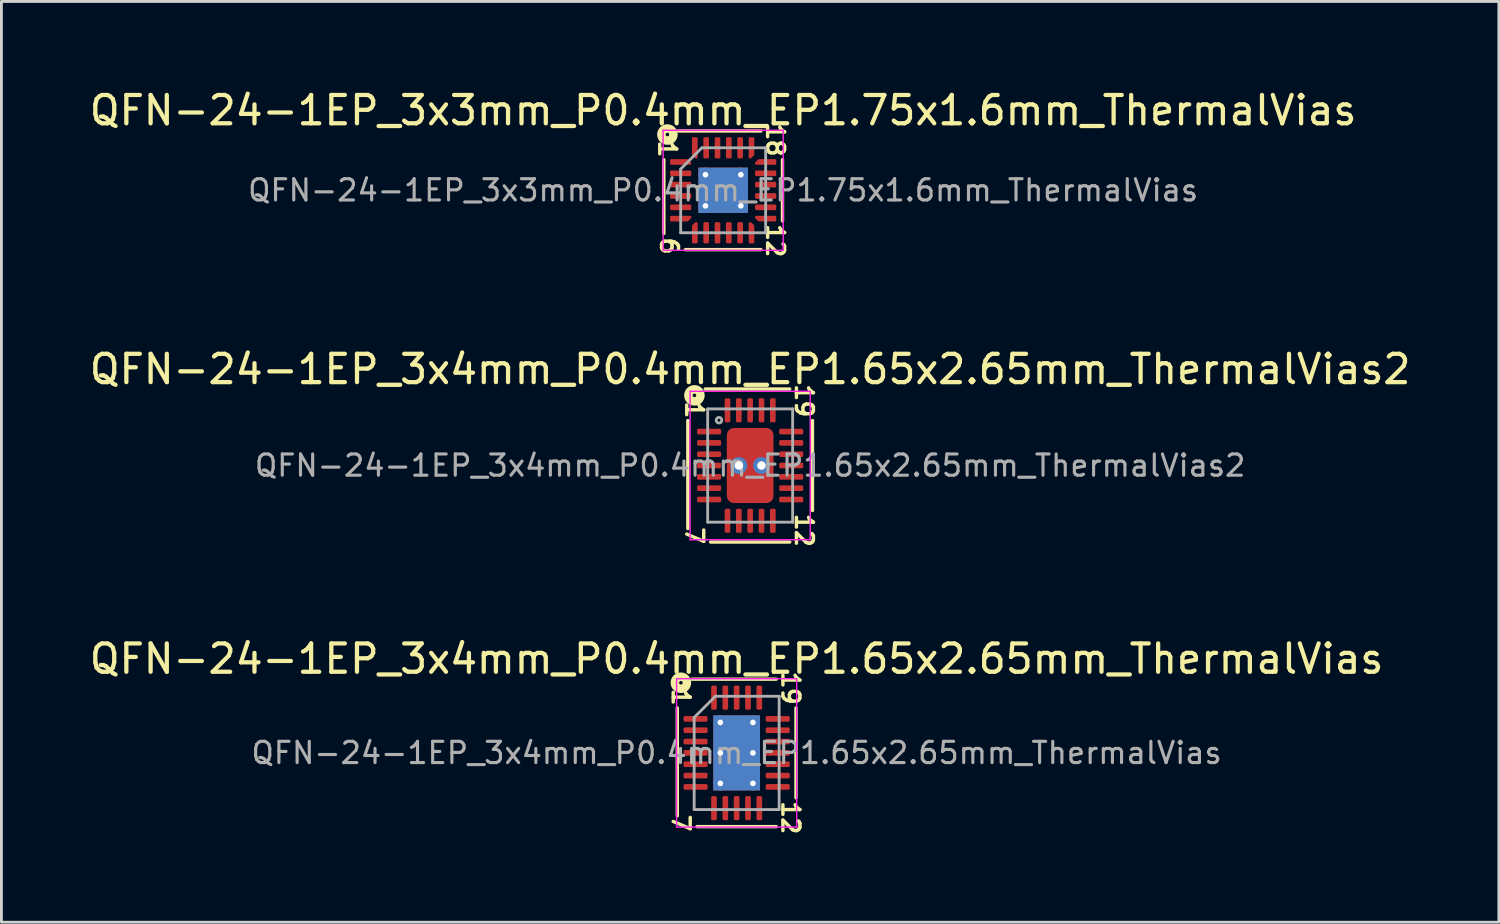
<source format=kicad_pcb>
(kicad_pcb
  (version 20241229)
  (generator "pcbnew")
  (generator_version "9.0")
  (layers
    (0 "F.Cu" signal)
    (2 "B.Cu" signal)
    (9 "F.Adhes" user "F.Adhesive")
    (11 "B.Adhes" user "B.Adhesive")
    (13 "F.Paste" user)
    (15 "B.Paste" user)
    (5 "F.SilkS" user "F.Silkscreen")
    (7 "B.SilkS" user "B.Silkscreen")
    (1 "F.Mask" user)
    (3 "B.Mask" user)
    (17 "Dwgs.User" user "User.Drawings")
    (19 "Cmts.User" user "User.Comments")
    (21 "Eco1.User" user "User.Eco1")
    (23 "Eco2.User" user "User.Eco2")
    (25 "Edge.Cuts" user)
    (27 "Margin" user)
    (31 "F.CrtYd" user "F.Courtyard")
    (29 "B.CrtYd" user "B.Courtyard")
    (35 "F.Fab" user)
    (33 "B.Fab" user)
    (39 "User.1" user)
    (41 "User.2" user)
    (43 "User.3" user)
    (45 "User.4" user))
  (footprint "QFN-24-1EP_3x4mm_P0.4mm_EP1.65x2.65mm_ThermalVias"
    (layer "F.Cu")
    (at 22.958 23.532)
    (property "Reference" "QFN-24-1EP_3x4mm_P0.4mm_EP1.65x2.65mm_ThermalVias" (at 0 -3.32 0) (layer "F.SilkS") (effects (font (size 1 1) (thickness 0.15))))
    (attr smd)
    (fp_line (start -2.095 -1.587) (end -2.095 2.223) (stroke (width 0.12) (type solid)) (layer "F.SilkS"))
    (fp_line (start -1.397 2.603) (end 1.397 2.603) (stroke (width 0.12) (type solid)) (layer "F.SilkS"))
    (fp_line (start 1.397 -2.603) (end -1.587 -2.603) (stroke (width 0.12) (type solid)) (layer "F.SilkS"))
    (fp_line (start 2.095 1.587) (end 2.095 -1.587) (stroke (width 0.12) (type solid)) (layer "F.SilkS"))
    (fp_circle (center -1.968 -2.477) (end -1.905 -2.477) (stroke (width 0.3) (type solid)) (fill no) (layer "F.SilkS"))
    (fp_line (start -2.12 -2.62) (end -2.12 2.62) (stroke (width 0.05) (type solid)) (layer "F.CrtYd"))
    (fp_line (start -2.12 2.62) (end 2.12 2.62) (stroke (width 0.05) (type solid)) (layer "F.CrtYd"))
    (fp_line (start 2.12 -2.62) (end -2.12 -2.62) (stroke (width 0.05) (type solid)) (layer "F.CrtYd"))
    (fp_line (start 2.12 2.62) (end 2.12 -2.62) (stroke (width 0.05) (type solid)) (layer "F.CrtYd"))
    (fp_line (start -1.5 -1.25) (end -0.75 -2) (stroke (width 0.1) (type solid)) (layer "F.Fab"))
    (fp_line (start -1.5 2) (end -1.5 -1.25) (stroke (width 0.1) (type solid)) (layer "F.Fab"))
    (fp_line (start -0.75 -2) (end 1.5 -2) (stroke (width 0.1) (type solid)) (layer "F.Fab"))
    (fp_line (start 1.5 -2) (end 1.5 2) (stroke (width 0.1) (type solid)) (layer "F.Fab"))
    (fp_line (start 1.5 2) (end -1.5 2) (stroke (width 0.1) (type solid)) (layer "F.Fab"))
    (fp_text user "1" (at -1.968 -1.968 270) (unlocked yes) (layer "F.SilkS") (effects (font (size 0.6 0.6) (thickness 0.12))))
    (fp_text user "12" (at 1.905 2.286 270) (unlocked yes) (layer "F.SilkS") (effects (font (size 0.6 0.6) (thickness 0.12))))
    (fp_text user "7" (at -1.968 2.477 270) (unlocked yes) (layer "F.SilkS") (effects (font (size 0.6 0.6) (thickness 0.12))))
    (fp_text user "19" (at 1.905 -2.286 270) (unlocked yes) (layer "F.SilkS") (effects (font (size 0.6 0.6) (thickness 0.12))))
    (fp_text user "${REFERENCE}" (at 0 0 0) (layer "F.Fab") (effects (font (size 0.75 0.75) (thickness 0.11))))
    (pad "" smd roundrect (at -0.41 -0.88) (size 0.71 0.76) (layers "F.Paste") (roundrect_rratio 0.25))
    (pad "" smd roundrect (at -0.41 0) (size 0.71 0.76) (layers "F.Paste") (roundrect_rratio 0.25))
    (pad "" smd roundrect (at -0.41 0.88) (size 0.71 0.76) (layers "F.Paste") (roundrect_rratio 0.25))
    (pad "" smd roundrect (at 0.41 -0.88) (size 0.71 0.76) (layers "F.Paste") (roundrect_rratio 0.25))
    (pad "" smd roundrect (at 0.41 0) (size 0.71 0.76) (layers "F.Paste") (roundrect_rratio 0.25))
    (pad "" smd roundrect (at 0.41 0.88) (size 0.71 0.76) (layers "F.Paste") (roundrect_rratio 0.25))
    (pad "1" smd roundrect (at -1.45 -1.2) (size 0.85 0.2) (layers "F.Cu" "F.Mask" "F.Paste") (roundrect_rratio 0.25))
    (pad "2" smd roundrect (at -1.45 -0.8) (size 0.85 0.2) (layers "F.Cu" "F.Mask" "F.Paste") (roundrect_rratio 0.25))
    (pad "3" smd roundrect (at -1.45 -0.4) (size 0.85 0.2) (layers "F.Cu" "F.Mask" "F.Paste") (roundrect_rratio 0.25))
    (pad "4" smd roundrect (at -1.45 0) (size 0.85 0.2) (layers "F.Cu" "F.Mask" "F.Paste") (roundrect_rratio 0.25))
    (pad "5" smd roundrect (at -1.45 0.4) (size 0.85 0.2) (layers "F.Cu" "F.Mask" "F.Paste") (roundrect_rratio 0.25))
    (pad "6" smd roundrect (at -1.45 0.8) (size 0.85 0.2) (layers "F.Cu" "F.Mask" "F.Paste") (roundrect_rratio 0.25))
    (pad "7" smd roundrect (at -1.45 1.2) (size 0.85 0.2) (layers "F.Cu" "F.Mask" "F.Paste") (roundrect_rratio 0.25))
    (pad "8" smd roundrect (at -0.8 1.95) (size 0.2 0.85) (layers "F.Cu" "F.Mask" "F.Paste") (roundrect_rratio 0.25))
    (pad "9" smd roundrect (at -0.4 1.95) (size 0.2 0.85) (layers "F.Cu" "F.Mask" "F.Paste") (roundrect_rratio 0.25))
    (pad "10" smd roundrect (at 0 1.95) (size 0.2 0.85) (layers "F.Cu" "F.Mask" "F.Paste") (roundrect_rratio 0.25))
    (pad "11" smd roundrect (at 0.4 1.95) (size 0.2 0.85) (layers "F.Cu" "F.Mask" "F.Paste") (roundrect_rratio 0.25))
    (pad "12" smd roundrect (at 0.8 1.95) (size 0.2 0.85) (layers "F.Cu" "F.Mask" "F.Paste") (roundrect_rratio 0.25))
    (pad "13" smd roundrect (at 1.45 1.2) (size 0.85 0.2) (layers "F.Cu" "F.Mask" "F.Paste") (roundrect_rratio 0.25))
    (pad "14" smd roundrect (at 1.45 0.8) (size 0.85 0.2) (layers "F.Cu" "F.Mask" "F.Paste") (roundrect_rratio 0.25))
    (pad "15" smd roundrect (at 1.45 0.4) (size 0.85 0.2) (layers "F.Cu" "F.Mask" "F.Paste") (roundrect_rratio 0.25))
    (pad "16" smd roundrect (at 1.45 0) (size 0.85 0.2) (layers "F.Cu" "F.Mask" "F.Paste") (roundrect_rratio 0.25))
    (pad "17" smd roundrect (at 1.45 -0.4) (size 0.85 0.2) (layers "F.Cu" "F.Mask" "F.Paste") (roundrect_rratio 0.25))
    (pad "18" smd roundrect (at 1.45 -0.8) (size 0.85 0.2) (layers "F.Cu" "F.Mask" "F.Paste") (roundrect_rratio 0.25))
    (pad "19" smd roundrect (at 1.45 -1.2) (size 0.85 0.2) (layers "F.Cu" "F.Mask" "F.Paste") (roundrect_rratio 0.25))
    (pad "20" smd roundrect (at 0.8 -1.95) (size 0.2 0.85) (layers "F.Cu" "F.Mask" "F.Paste") (roundrect_rratio 0.25))
    (pad "21" smd roundrect (at 0.4 -1.95) (size 0.2 0.85) (layers "F.Cu" "F.Mask" "F.Paste") (roundrect_rratio 0.25))
    (pad "22" smd roundrect (at 0 -1.95) (size 0.2 0.85) (layers "F.Cu" "F.Mask" "F.Paste") (roundrect_rratio 0.25))
    (pad "23" smd roundrect (at -0.4 -1.95) (size 0.2 0.85) (layers "F.Cu" "F.Mask" "F.Paste") (roundrect_rratio 0.25))
    (pad "24" smd roundrect (at -0.8 -1.95) (size 0.2 0.85) (layers "F.Cu" "F.Mask" "F.Paste") (roundrect_rratio 0.25))
    (pad "25" thru_hole circle (at -0.575 -1.075) (size 0.5 0.5) (drill 0.2) (layers "*.Cu"))
    (pad "25" thru_hole circle (at -0.575 0) (size 0.5 0.5) (drill 0.2) (layers "*.Cu"))
    (pad "25" thru_hole circle (at -0.575 1.075) (size 0.5 0.5) (drill 0.2) (layers "*.Cu"))
    (pad "25" smd rect (at 0 0) (size 1.65 2.65) (layers "F.Cu" "F.Mask"))
    (pad "25" smd rect (at 0 0) (size 1.65 2.65) (layers "B.Cu" "B.Mask"))
    (pad "25" thru_hole circle (at 0.575 -1.075) (size 0.5 0.5) (drill 0.2) (layers "*.Cu"))
    (pad "25" thru_hole circle (at 0.575 0) (size 0.5 0.5) (drill 0.2) (layers "*.Cu"))
    (pad "25" thru_hole circle (at 0.575 1.075) (size 0.5 0.5) (drill 0.2) (layers "*.Cu")))
  (footprint "QFN-24-1EP_3x4mm_P0.4mm_EP1.65x2.65mm_ThermalVias2"
    (layer "F.Cu")
    (at 23.435 13.386)
    (property "Reference" "QFN-24-1EP_3x4mm_P0.4mm_EP1.65x2.65mm_ThermalVias2" (at 0 -3.4 0) (layer "F.SilkS") (effects (font (size 1 1) (thickness 0.15))))
    (attr smd)
    (fp_line (start -2.2 -1.587) (end -2.2 2.223) (stroke (width 0.12) (type solid)) (layer "F.SilkS"))
    (fp_line (start -1.397 2.7) (end 1.397 2.7) (stroke (width 0.12) (type solid)) (layer "F.SilkS"))
    (fp_line (start 1.397 -2.7) (end -1.587 -2.7) (stroke (width 0.12) (type solid)) (layer "F.SilkS"))
    (fp_line (start 2.2 1.587) (end 2.2 -1.587) (stroke (width 0.12) (type solid)) (layer "F.SilkS"))
    (fp_circle (center -1.968 -2.477) (end -1.905 -2.477) (stroke (width 0.3) (type solid)) (fill no) (layer "F.SilkS"))
    (fp_line (start -2.12 -2.62) (end -2.12 2.62) (stroke (width 0.05) (type solid)) (layer "F.CrtYd"))
    (fp_line (start -2.12 2.62) (end 2.12 2.62) (stroke (width 0.05) (type solid)) (layer "F.CrtYd"))
    (fp_line (start 2.12 -2.62) (end -2.12 -2.62) (stroke (width 0.05) (type solid)) (layer "F.CrtYd"))
    (fp_line (start 2.12 2.62) (end 2.12 -2.62) (stroke (width 0.05) (type solid)) (layer "F.CrtYd"))
    (fp_line (start -1.5 -2) (end 1.5 -2) (stroke (width 0.1) (type solid)) (layer "F.Fab"))
    (fp_line (start -1.5 2) (end -1.5 -2) (stroke (width 0.1) (type solid)) (layer "F.Fab"))
    (fp_line (start 1.5 -2) (end 1.5 2) (stroke (width 0.1) (type solid)) (layer "F.Fab"))
    (fp_line (start 1.5 2) (end -1.5 2) (stroke (width 0.1) (type solid)) (layer "F.Fab"))
    (fp_circle (center -1.1 -1.6) (end -1 -1.6) (stroke (width 0.1) (type solid)) (fill no) (layer "F.Fab"))
    (fp_text user "12" (at 1.905 2.286 270) (unlocked yes) (layer "F.SilkS") (effects (font (size 0.6 0.6) (thickness 0.12))))
    (fp_text user "7" (at -1.968 2.477 270) (unlocked yes) (layer "F.SilkS") (effects (font (size 0.6 0.6) (thickness 0.12))))
    (fp_text user "19" (at 1.905 -2.286 270) (unlocked yes) (layer "F.SilkS") (effects (font (size 0.6 0.6) (thickness 0.12))))
    (fp_text user "1" (at -1.968 -1.968 270) (unlocked yes) (layer "F.SilkS") (effects (font (size 0.6 0.6) (thickness 0.12))))
    (fp_text user "${REFERENCE}" (at 0 0 0) (layer "F.Fab") (effects (font (size 0.75 0.75) (thickness 0.11))))
    (pad "" smd roundrect (at -0.362 -0.762) (size 0.525 0.775) (layers "F.Paste") (roundrect_rratio 0.25))
    (pad "" smd roundrect (at -0.362 0.762) (size 0.525 0.775) (layers "F.Paste") (roundrect_rratio 0.25))
    (pad "" smd roundrect (at 0 -0.762) (size 1.45 0.925) (layers "F.Mask") (roundrect_rratio 0.25))
    (pad "" smd roundrect (at 0 0.762) (size 1.45 0.925) (layers "F.Mask") (roundrect_rratio 0.25))
    (pad "" smd roundrect (at 0.362 -0.762) (size 0.525 0.775) (layers "F.Paste") (roundrect_rratio 0.25))
    (pad "" smd roundrect (at 0.362 0.762) (size 0.525 0.775) (layers "F.Paste") (roundrect_rratio 0.25))
    (pad "1" smd roundrect (at -1.45 -1.2) (size 0.85 0.2) (layers "F.Cu" "F.Mask" "F.Paste") (roundrect_rratio 0.25))
    (pad "2" smd roundrect (at -1.45 -0.8) (size 0.85 0.2) (layers "F.Cu" "F.Mask" "F.Paste") (roundrect_rratio 0.25))
    (pad "3" smd roundrect (at -1.45 -0.4) (size 0.85 0.2) (layers "F.Cu" "F.Mask" "F.Paste") (roundrect_rratio 0.25))
    (pad "4" smd roundrect (at -1.45 0) (size 0.85 0.2) (layers "F.Cu" "F.Mask" "F.Paste") (roundrect_rratio 0.25))
    (pad "5" smd roundrect (at -1.45 0.4) (size 0.85 0.2) (layers "F.Cu" "F.Mask" "F.Paste") (roundrect_rratio 0.25))
    (pad "6" smd roundrect (at -1.45 0.8) (size 0.85 0.2) (layers "F.Cu" "F.Mask" "F.Paste") (roundrect_rratio 0.25))
    (pad "7" smd roundrect (at -1.45 1.2) (size 0.85 0.2) (layers "F.Cu" "F.Mask" "F.Paste") (roundrect_rratio 0.25))
    (pad "8" smd roundrect (at -0.8 1.95) (size 0.2 0.85) (layers "F.Cu" "F.Mask" "F.Paste") (roundrect_rratio 0.25))
    (pad "9" smd roundrect (at -0.4 1.95) (size 0.2 0.85) (layers "F.Cu" "F.Mask" "F.Paste") (roundrect_rratio 0.25))
    (pad "10" smd roundrect (at 0 1.95) (size 0.2 0.85) (layers "F.Cu" "F.Mask" "F.Paste") (roundrect_rratio 0.25))
    (pad "11" smd roundrect (at 0.4 1.95) (size 0.2 0.85) (layers "F.Cu" "F.Mask" "F.Paste") (roundrect_rratio 0.25))
    (pad "12" smd roundrect (at 0.8 1.95) (size 0.2 0.85) (layers "F.Cu" "F.Mask" "F.Paste") (roundrect_rratio 0.25))
    (pad "13" smd roundrect (at 1.45 1.2) (size 0.85 0.2) (layers "F.Cu" "F.Mask" "F.Paste") (roundrect_rratio 0.25))
    (pad "14" smd roundrect (at 1.45 0.8) (size 0.85 0.2) (layers "F.Cu" "F.Mask" "F.Paste") (roundrect_rratio 0.25))
    (pad "15" smd roundrect (at 1.45 0.4) (size 0.85 0.2) (layers "F.Cu" "F.Mask" "F.Paste") (roundrect_rratio 0.25))
    (pad "16" smd roundrect (at 1.45 0) (size 0.85 0.2) (layers "F.Cu" "F.Mask" "F.Paste") (roundrect_rratio 0.25))
    (pad "17" smd roundrect (at 1.45 -0.4) (size 0.85 0.2) (layers "F.Cu" "F.Mask" "F.Paste") (roundrect_rratio 0.25))
    (pad "18" smd roundrect (at 1.45 -0.8) (size 0.85 0.2) (layers "F.Cu" "F.Mask" "F.Paste") (roundrect_rratio 0.25))
    (pad "19" smd roundrect (at 1.45 -1.2) (size 0.85 0.2) (layers "F.Cu" "F.Mask" "F.Paste") (roundrect_rratio 0.25))
    (pad "20" smd roundrect (at 0.8 -1.95) (size 0.2 0.85) (layers "F.Cu" "F.Mask" "F.Paste") (roundrect_rratio 0.25))
    (pad "21" smd roundrect (at 0.4 -1.95) (size 0.2 0.85) (layers "F.Cu" "F.Mask" "F.Paste") (roundrect_rratio 0.25))
    (pad "22" smd roundrect (at 0 -1.95) (size 0.2 0.85) (layers "F.Cu" "F.Mask" "F.Paste") (roundrect_rratio 0.25))
    (pad "23" smd roundrect (at -0.4 -1.95) (size 0.2 0.85) (layers "F.Cu" "F.Mask" "F.Paste") (roundrect_rratio 0.25))
    (pad "24" smd roundrect (at -0.8 -1.95) (size 0.2 0.85) (layers "F.Cu" "F.Mask" "F.Paste") (roundrect_rratio 0.25))
    (pad "25" thru_hole circle (at -0.4 0) (size 0.6 0.6) (drill 0.3) (property pad_prop_heatsink) (layers "*.Cu" "*.Mask"))
    (pad "25" smd roundrect (at 0 0) (size 1.65 2.65) (layers "F.Cu") (roundrect_rratio 0.152))
    (pad "25" thru_hole circle (at 0.4 0) (size 0.6 0.6) (drill 0.3) (property pad_prop_heatsink) (layers "*.Cu" "*.Mask")))
  (footprint "QFN-24-1EP_3x3mm_P0.4mm_EP1.75x1.6mm_ThermalVias"
    (layer "F.Cu")
    (at 22.482 3.668)
    (property "Reference" "QFN-24-1EP_3x3mm_P0.4mm_EP1.75x1.6mm_ThermalVias" (at 0 -2.82 0) (layer "F.SilkS") (effects (font (size 1 1) (thickness 0.15))))
    (attr smd)
    (fp_line (start -2.095 -1.079) (end -2.095 1.524) (stroke (width 0.12) (type solid)) (layer "F.SilkS"))
    (fp_line (start -1.333 2.095) (end 1.333 2.095) (stroke (width 0.12) (type solid)) (layer "F.SilkS"))
    (fp_line (start 1.333 -2.095) (end -1.587 -2.095) (stroke (width 0.12) (type solid)) (layer "F.SilkS"))
    (fp_line (start 2.095 1.079) (end 2.095 -1.079) (stroke (width 0.12) (type solid)) (layer "F.SilkS"))
    (fp_circle (center -1.968 -1.968) (end -1.905 -1.968) (stroke (width 0.3) (type solid)) (fill no) (layer "F.SilkS"))
    (fp_line (start -2.12 -2.12) (end -2.12 2.12) (stroke (width 0.05) (type solid)) (layer "F.CrtYd"))
    (fp_line (start -2.12 2.12) (end 2.12 2.12) (stroke (width 0.05) (type solid)) (layer "F.CrtYd"))
    (fp_line (start 2.12 -2.12) (end -2.12 -2.12) (stroke (width 0.05) (type solid)) (layer "F.CrtYd"))
    (fp_line (start 2.12 2.12) (end 2.12 -2.12) (stroke (width 0.05) (type solid)) (layer "F.CrtYd"))
    (fp_line (start -1.5 -0.75) (end -0.75 -1.5) (stroke (width 0.1) (type solid)) (layer "F.Fab"))
    (fp_line (start -1.5 1.5) (end -1.5 -0.75) (stroke (width 0.1) (type solid)) (layer "F.Fab"))
    (fp_line (start -0.75 -1.5) (end 1.5 -1.5) (stroke (width 0.1) (type solid)) (layer "F.Fab"))
    (fp_line (start 1.5 -1.5) (end 1.5 1.5) (stroke (width 0.1) (type solid)) (layer "F.Fab"))
    (fp_line (start 1.5 1.5) (end -1.5 1.5) (stroke (width 0.1) (type solid)) (layer "F.Fab"))
    (fp_text user "12" (at 1.841 1.778 270) (unlocked yes) (layer "F.SilkS") (effects (font (size 0.6 0.6) (thickness 0.12))))
    (fp_text user "1" (at -1.968 -1.46 270) (unlocked yes) (layer "F.SilkS") (effects (font (size 0.6 0.6) (thickness 0.12))))
    (fp_text user "6" (at -1.905 1.968 270) (unlocked yes) (layer "F.SilkS") (effects (font (size 0.6 0.6) (thickness 0.12))))
    (fp_text user "18" (at 1.841 -1.778 270) (unlocked yes) (layer "F.SilkS") (effects (font (size 0.6 0.6) (thickness 0.12))))
    (fp_text user "${REFERENCE}" (at 0 0 0) (layer "F.Fab") (effects (font (size 0.75 0.75) (thickness 0.11))))
    (pad "" smd roundrect (at -0.44 -0.4) (size 0.76 0.69) (layers "F.Paste") (roundrect_rratio 0.25))
    (pad "" smd roundrect (at -0.44 0.4) (size 0.76 0.69) (layers "F.Paste") (roundrect_rratio 0.25))
    (pad "" smd roundrect (at 0.44 -0.4) (size 0.76 0.69) (layers "F.Paste") (roundrect_rratio 0.25))
    (pad "" smd roundrect (at 0.44 0.4) (size 0.76 0.69) (layers "F.Paste") (roundrect_rratio 0.25))
    (pad "1" smd custom (at -1.5 -1) (size 0.115 0.115) (layers "F.Cu" "F.Mask" "F.Paste") (options (anchor circle)) (primitives (gr_poly (pts (xy -0.335 -0.06) (xy 0.238 -0.06) (xy 0.335 0.037) (xy 0.335 0.06) (xy -0.335 0.06)) (width 0.08) (fill yes))))
    (pad "2" smd roundrect (at -1.5 -0.6) (size 0.75 0.2) (layers "F.Cu" "F.Mask" "F.Paste") (roundrect_rratio 0.25))
    (pad "3" smd roundrect (at -1.5 -0.2) (size 0.75 0.2) (layers "F.Cu" "F.Mask" "F.Paste") (roundrect_rratio 0.25))
    (pad "4" smd roundrect (at -1.5 0.2) (size 0.75 0.2) (layers "F.Cu" "F.Mask" "F.Paste") (roundrect_rratio 0.25))
    (pad "5" smd roundrect (at -1.5 0.6) (size 0.75 0.2) (layers "F.Cu" "F.Mask" "F.Paste") (roundrect_rratio 0.25))
    (pad "6" smd custom (at -1.5 1) (size 0.115 0.115) (layers "F.Cu" "F.Mask" "F.Paste") (options (anchor circle)) (primitives (gr_poly (pts (xy -0.335 -0.06) (xy 0.335 -0.06) (xy 0.335 -0.037) (xy 0.238 0.06) (xy -0.335 0.06)) (width 0.08) (fill yes))))
    (pad "7" smd custom (at -1 1.5) (size 0.115 0.115) (layers "F.Cu" "F.Mask" "F.Paste") (options (anchor circle)) (primitives (gr_poly (pts (xy -0.06 -0.238) (xy 0.037 -0.335) (xy 0.06 -0.335) (xy 0.06 0.335) (xy -0.06 0.335)) (width 0.08) (fill yes))))
    (pad "8" smd roundrect (at -0.6 1.5) (size 0.2 0.75) (layers "F.Cu" "F.Mask" "F.Paste") (roundrect_rratio 0.25))
    (pad "9" smd roundrect (at -0.2 1.5) (size 0.2 0.75) (layers "F.Cu" "F.Mask" "F.Paste") (roundrect_rratio 0.25))
    (pad "10" smd roundrect (at 0.2 1.5) (size 0.2 0.75) (layers "F.Cu" "F.Mask" "F.Paste") (roundrect_rratio 0.25))
    (pad "11" smd roundrect (at 0.6 1.5) (size 0.2 0.75) (layers "F.Cu" "F.Mask" "F.Paste") (roundrect_rratio 0.25))
    (pad "12" smd custom (at 1 1.5) (size 0.115 0.115) (layers "F.Cu" "F.Mask" "F.Paste") (options (anchor circle)) (primitives (gr_poly (pts (xy -0.06 -0.335) (xy -0.037 -0.335) (xy 0.06 -0.238) (xy 0.06 0.335) (xy -0.06 0.335)) (width 0.08) (fill yes))))
    (pad "13" smd custom (at 1.5 1) (size 0.115 0.115) (layers "F.Cu" "F.Mask" "F.Paste") (options (anchor circle)) (primitives (gr_poly (pts (xy -0.335 -0.06) (xy 0.335 -0.06) (xy 0.335 0.06) (xy -0.238 0.06) (xy -0.335 -0.037)) (width 0.08) (fill yes))))
    (pad "14" smd roundrect (at 1.5 0.6) (size 0.75 0.2) (layers "F.Cu" "F.Mask" "F.Paste") (roundrect_rratio 0.25))
    (pad "15" smd roundrect (at 1.5 0.2) (size 0.75 0.2) (layers "F.Cu" "F.Mask" "F.Paste") (roundrect_rratio 0.25))
    (pad "16" smd roundrect (at 1.5 -0.2) (size 0.75 0.2) (layers "F.Cu" "F.Mask" "F.Paste") (roundrect_rratio 0.25))
    (pad "17" smd roundrect (at 1.5 -0.6) (size 0.75 0.2) (layers "F.Cu" "F.Mask" "F.Paste") (roundrect_rratio 0.25))
    (pad "18" smd custom (at 1.5 -1) (size 0.115 0.115) (layers "F.Cu" "F.Mask" "F.Paste") (options (anchor circle)) (primitives (gr_poly (pts (xy -0.335 0.037) (xy -0.238 -0.06) (xy 0.335 -0.06) (xy 0.335 0.06) (xy -0.335 0.06)) (width 0.08) (fill yes))))
    (pad "19" smd custom (at 1 -1.5) (size 0.115 0.115) (layers "F.Cu" "F.Mask" "F.Paste") (options (anchor circle)) (primitives (gr_poly (pts (xy -0.06 -0.335) (xy 0.06 -0.335) (xy 0.06 0.238) (xy -0.037 0.335) (xy -0.06 0.335)) (width 0.08) (fill yes))))
    (pad "20" smd roundrect (at 0.6 -1.5) (size 0.2 0.75) (layers "F.Cu" "F.Mask" "F.Paste") (roundrect_rratio 0.25))
    (pad "21" smd roundrect (at 0.2 -1.5) (size 0.2 0.75) (layers "F.Cu" "F.Mask" "F.Paste") (roundrect_rratio 0.25))
    (pad "22" smd roundrect (at -0.2 -1.5) (size 0.2 0.75) (layers "F.Cu" "F.Mask" "F.Paste") (roundrect_rratio 0.25))
    (pad "23" smd roundrect (at -0.6 -1.5) (size 0.2 0.75) (layers "F.Cu" "F.Mask" "F.Paste") (roundrect_rratio 0.25))
    (pad "24" smd custom (at -1 -1.5) (size 0.115 0.115) (layers "F.Cu" "F.Mask" "F.Paste") (options (anchor circle)) (primitives (gr_poly (pts (xy -0.06 -0.335) (xy 0.06 -0.335) (xy 0.06 0.335) (xy 0.037 0.335) (xy -0.06 0.238)) (width 0.08) (fill yes))))
    (pad "25" thru_hole circle (at -0.625 -0.55) (size 0.5 0.5) (drill 0.2) (layers "*.Cu"))
    (pad "25" thru_hole circle (at -0.625 0.55) (size 0.5 0.5) (drill 0.2) (layers "*.Cu"))
    (pad "25" smd rect (at 0 0) (size 1.75 1.6) (layers "F.Cu" "F.Mask"))
    (pad "25" smd rect (at 0 0) (size 1.75 1.6) (layers "B.Cu" "B.Mask"))
    (pad "25" thru_hole circle (at 0.625 -0.55) (size 0.5 0.5) (drill 0.2) (layers "*.Cu"))
    (pad "25" thru_hole circle (at 0.625 0.55) (size 0.5 0.5) (drill 0.2) (layers "*.Cu")))
  (gr_rect
    (start -3 -3)
    (end 49.869 29.509)
    (stroke (width 0.1) (type default))
    (fill no)
    (layer "Edge.Cuts")))
</source>
